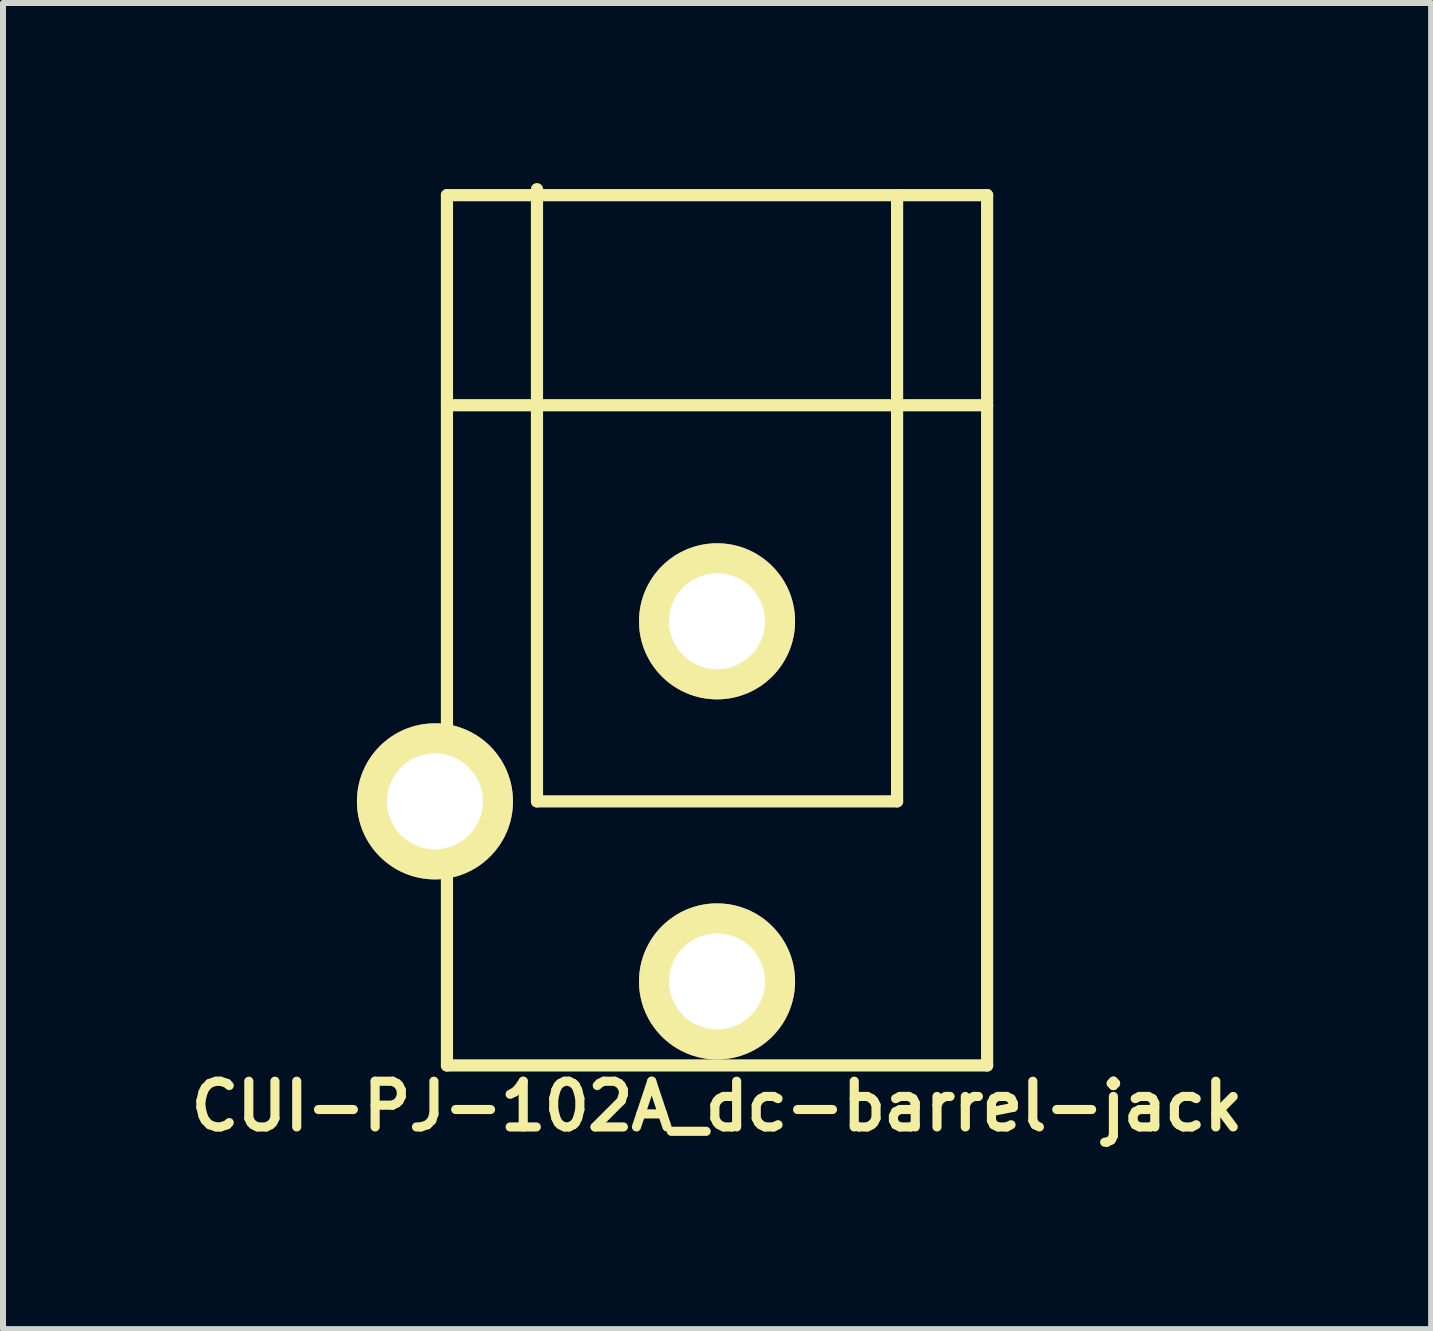
<source format=kicad_pcb>
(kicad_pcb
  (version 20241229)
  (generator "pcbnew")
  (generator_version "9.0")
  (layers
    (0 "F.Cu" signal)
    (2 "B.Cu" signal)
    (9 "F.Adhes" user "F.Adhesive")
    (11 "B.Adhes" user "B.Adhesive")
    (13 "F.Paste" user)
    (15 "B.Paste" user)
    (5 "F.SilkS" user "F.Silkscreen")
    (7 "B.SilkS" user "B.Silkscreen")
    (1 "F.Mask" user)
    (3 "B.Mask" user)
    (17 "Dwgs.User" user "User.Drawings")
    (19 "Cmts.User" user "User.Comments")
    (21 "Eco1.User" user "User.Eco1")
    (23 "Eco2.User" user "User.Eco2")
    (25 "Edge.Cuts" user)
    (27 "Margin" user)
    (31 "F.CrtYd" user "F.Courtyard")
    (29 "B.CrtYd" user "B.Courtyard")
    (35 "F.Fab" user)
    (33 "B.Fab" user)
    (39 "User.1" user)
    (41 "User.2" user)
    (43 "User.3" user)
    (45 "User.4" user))
  (footprint "CUI-PJ-102A_dc-barrel-jack"
    (layer "F.Cu")
    (at 8.897 10.302)
    (property "Reference" "CUI-PJ-102A_dc-barrel-jack" (at 0 5.08 0) (layer "F.SilkS") (effects (font (size 0.762 0.762) (thickness 0.152))))
    (attr through_hole)
    (fp_line (start -4.5 -10.1) (end -4.5 4.4) (stroke (width 0.203) (type solid)) (layer "F.SilkS"))
    (fp_line (start -4.5 -6.6) (end 4.5 -6.6) (stroke (width 0.203) (type solid)) (layer "F.SilkS"))
    (fp_line (start -4.5 4.4) (end 4.5 4.4) (stroke (width 0.203) (type solid)) (layer "F.SilkS"))
    (fp_line (start -3 0) (end -3 -10.2) (stroke (width 0.203) (type solid)) (layer "F.SilkS"))
    (fp_line (start 3 -10.1) (end 3 0) (stroke (width 0.203) (type solid)) (layer "F.SilkS"))
    (fp_line (start 3 0) (end -3 0) (stroke (width 0.203) (type solid)) (layer "F.SilkS"))
    (fp_line (start 4.5 -10.1) (end -4.5 -10.1) (stroke (width 0.203) (type solid)) (layer "F.SilkS"))
    (fp_line (start 4.5 4.4) (end 4.5 -10.1) (stroke (width 0.203) (type solid)) (layer "F.SilkS"))
    (pad "1" thru_hole circle (at 0 3) (size 2.6 2.6) (drill 1.6) (layers "*.Cu" "*.Mask" "F.SilkS"))
    (pad "2" thru_hole circle (at -4.7 0) (size 2.6 2.6) (drill 1.6) (layers "*.Cu" "*.Mask" "F.SilkS"))
    (pad "2" thru_hole circle (at 0 -3) (size 2.6 2.6) (drill 1.6) (layers "*.Cu" "*.Mask" "F.SilkS")))
  (gr_rect
    (start -3 -3)
    (end 20.795 19.095)
    (stroke (width 0.1) (type default))
    (fill no)
    (layer "Edge.Cuts")))
</source>
